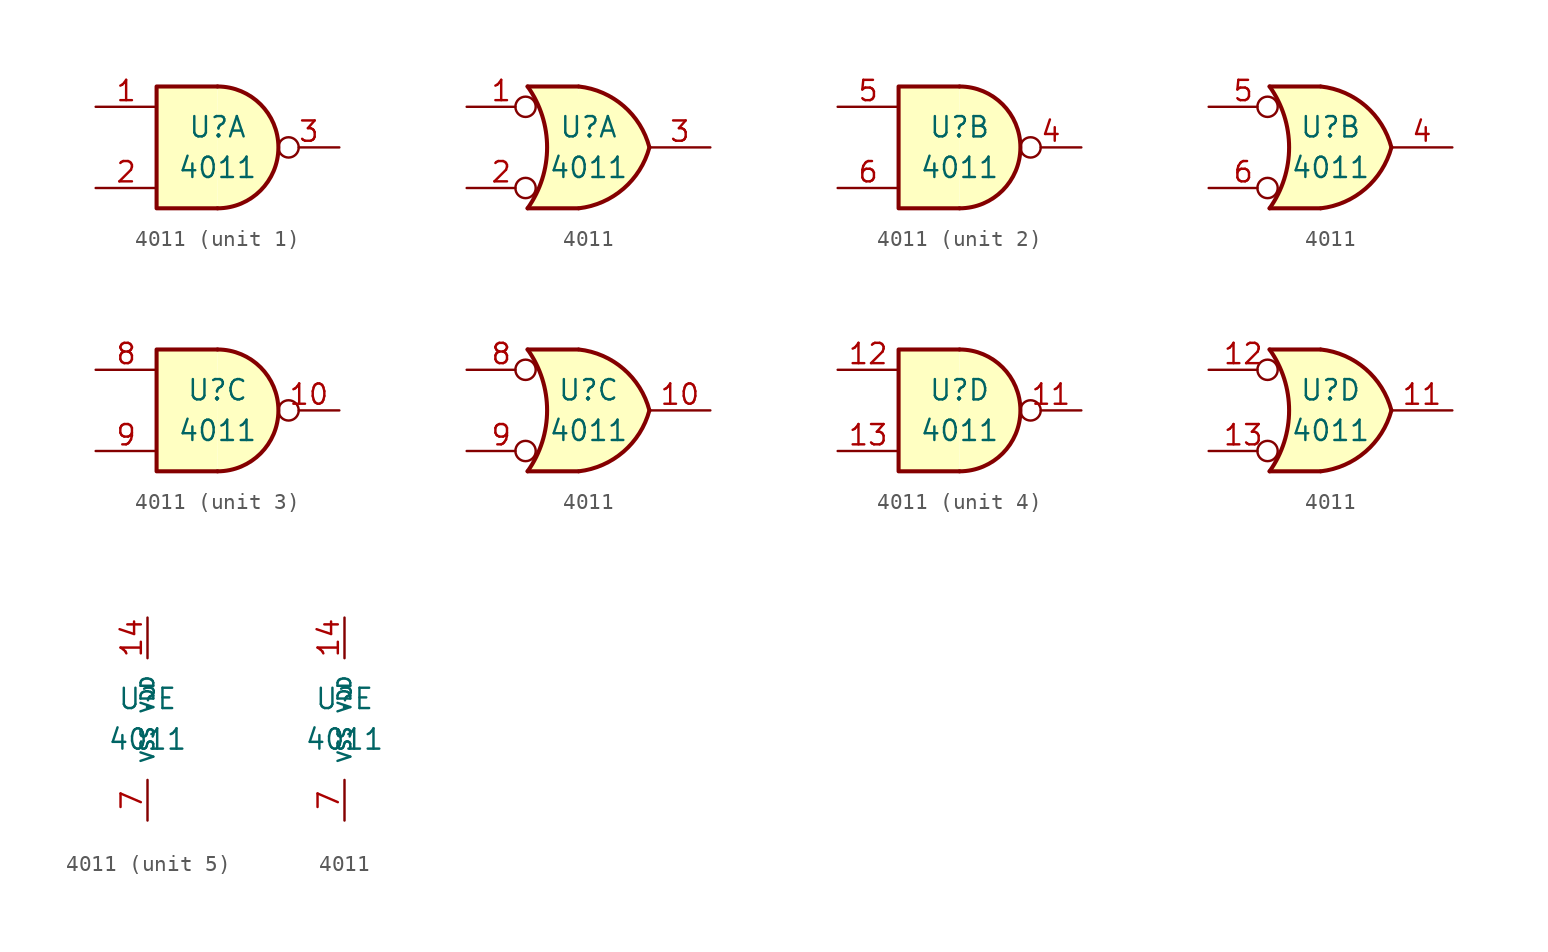
<source format=kicad_sym>
(kicad_symbol_lib
  (version 20211014)
  (generator kicad_symbol_editor)
  (symbol "4011"
    (pin_names
      (offset 1.016))
    (property "Reference" "U"
      (at 0 1.27 0)
      (effects (font (size 1.27 1.27))))
    (property "Value" "4011"
      (at 0 -1.27 0)
      (effects (font (size 1.27 1.27))))
    (property "ki_locked" ""
      (at 0 0 0)
      (effects (font (size 1.27 1.27))))
    (symbol "4011_1_1"
      (arc (start 0 -3.81) (mid 3.81 0) (end 0 3.81) (stroke (width 0.254) (type default) (color 0 0 0 0)) (fill (type background)))
      (polyline (pts (xy 0 3.81) (xy -3.81 3.81) (xy -3.81 -3.81) (xy 0 -3.81)) (stroke (width 0.254) (type default) (color 0 0 0 0)) (fill (type background)))
      (pin input line (at -7.62 2.54 0) (length 3.81) (name "~" (effects (font (size 1.27 1.27)))) (number "1" (effects (font (size 1.27 1.27)))))
      (pin input line (at -7.62 -2.54 0) (length 3.81) (name "~" (effects (font (size 1.27 1.27)))) (number "2" (effects (font (size 1.27 1.27)))))
      (pin output inverted (at 7.62 0 180) (length 3.81) (name "~" (effects (font (size 1.27 1.27)))) (number "3" (effects (font (size 1.27 1.27))))))
    (symbol "4011_1_2"
      (arc (start -3.81 -3.81) (mid -2.589 0) (end -3.81 3.81) (stroke (width 0.254) (type default) (color 0 0 0 0)) (fill (type none)))
      (arc (start -0.6096 -3.81) (mid 2.1842 -2.5851) (end 3.81 0) (stroke (width 0.254) (type default) (color 0 0 0 0)) (fill (type background)))
      (polyline (pts (xy -3.81 -3.81) (xy -0.635 -3.81)) (stroke (width 0.254) (type default) (color 0 0 0 0)) (fill (type background)))
      (polyline (pts (xy -3.81 3.81) (xy -0.635 3.81)) (stroke (width 0.254) (type default) (color 0 0 0 0)) (fill (type background)))
      (polyline (pts (xy -0.635 3.81) (xy -3.81 3.81) (xy -3.81 3.81) (xy -3.556 3.404) (xy -3.023 2.261) (xy -2.692 1.041) (xy -2.616 -0.254) (xy -2.769 -1.499) (xy -3.175 -2.718) (xy -3.81 -3.81) (xy -3.81 -3.81) (xy -0.635 -3.81)) (stroke (width -25.4) (type default) (color 0 0 0 0)) (fill (type background)))
      (arc (start 3.81 0) (mid 2.1915 2.5936) (end -0.6096 3.81) (stroke (width 0.254) (type default) (color 0 0 0 0)) (fill (type background)))
      (pin input inverted (at -7.62 2.54 0) (length 4.318) (name "~" (effects (font (size 1.27 1.27)))) (number "1" (effects (font (size 1.27 1.27)))))
      (pin input inverted (at -7.62 -2.54 0) (length 4.318) (name "~" (effects (font (size 1.27 1.27)))) (number "2" (effects (font (size 1.27 1.27)))))
      (pin output line (at 7.62 0 180) (length 3.81) (name "~" (effects (font (size 1.27 1.27)))) (number "3" (effects (font (size 1.27 1.27))))))
    (symbol "4011_2_1"
      (arc (start 0 -3.81) (mid 3.81 0) (end 0 3.81) (stroke (width 0.254) (type default) (color 0 0 0 0)) (fill (type background)))
      (polyline (pts (xy 0 3.81) (xy -3.81 3.81) (xy -3.81 -3.81) (xy 0 -3.81)) (stroke (width 0.254) (type default) (color 0 0 0 0)) (fill (type background)))
      (pin output inverted (at 7.62 0 180) (length 3.81) (name "~" (effects (font (size 1.27 1.27)))) (number "4" (effects (font (size 1.27 1.27)))))
      (pin input line (at -7.62 2.54 0) (length 3.81) (name "~" (effects (font (size 1.27 1.27)))) (number "5" (effects (font (size 1.27 1.27)))))
      (pin input line (at -7.62 -2.54 0) (length 3.81) (name "~" (effects (font (size 1.27 1.27)))) (number "6" (effects (font (size 1.27 1.27))))))
    (symbol "4011_2_2"
      (arc (start -3.81 -3.81) (mid -2.589 0) (end -3.81 3.81) (stroke (width 0.254) (type default) (color 0 0 0 0)) (fill (type none)))
      (arc (start -0.6096 -3.81) (mid 2.1842 -2.5851) (end 3.81 0) (stroke (width 0.254) (type default) (color 0 0 0 0)) (fill (type background)))
      (polyline (pts (xy -3.81 -3.81) (xy -0.635 -3.81)) (stroke (width 0.254) (type default) (color 0 0 0 0)) (fill (type background)))
      (polyline (pts (xy -3.81 3.81) (xy -0.635 3.81)) (stroke (width 0.254) (type default) (color 0 0 0 0)) (fill (type background)))
      (polyline (pts (xy -0.635 3.81) (xy -3.81 3.81) (xy -3.81 3.81) (xy -3.556 3.404) (xy -3.023 2.261) (xy -2.692 1.041) (xy -2.616 -0.254) (xy -2.769 -1.499) (xy -3.175 -2.718) (xy -3.81 -3.81) (xy -3.81 -3.81) (xy -0.635 -3.81)) (stroke (width -25.4) (type default) (color 0 0 0 0)) (fill (type background)))
      (arc (start 3.81 0) (mid 2.1915 2.5936) (end -0.6096 3.81) (stroke (width 0.254) (type default) (color 0 0 0 0)) (fill (type background)))
      (pin output line (at 7.62 0 180) (length 3.81) (name "~" (effects (font (size 1.27 1.27)))) (number "4" (effects (font (size 1.27 1.27)))))
      (pin input inverted (at -7.62 2.54 0) (length 4.318) (name "~" (effects (font (size 1.27 1.27)))) (number "5" (effects (font (size 1.27 1.27)))))
      (pin input inverted (at -7.62 -2.54 0) (length 4.318) (name "~" (effects (font (size 1.27 1.27)))) (number "6" (effects (font (size 1.27 1.27))))))
    (symbol "4011_3_1"
      (arc (start 0 -3.81) (mid 3.81 0) (end 0 3.81) (stroke (width 0.254) (type default) (color 0 0 0 0)) (fill (type background)))
      (polyline (pts (xy 0 3.81) (xy -3.81 3.81) (xy -3.81 -3.81) (xy 0 -3.81)) (stroke (width 0.254) (type default) (color 0 0 0 0)) (fill (type background)))
      (pin output inverted (at 7.62 0 180) (length 3.81) (name "~" (effects (font (size 1.27 1.27)))) (number "10" (effects (font (size 1.27 1.27)))))
      (pin input line (at -7.62 2.54 0) (length 3.81) (name "~" (effects (font (size 1.27 1.27)))) (number "8" (effects (font (size 1.27 1.27)))))
      (pin input line (at -7.62 -2.54 0) (length 3.81) (name "~" (effects (font (size 1.27 1.27)))) (number "9" (effects (font (size 1.27 1.27))))))
    (symbol "4011_3_2"
      (arc (start -3.81 -3.81) (mid -2.589 0) (end -3.81 3.81) (stroke (width 0.254) (type default) (color 0 0 0 0)) (fill (type none)))
      (arc (start -0.6096 -3.81) (mid 2.1842 -2.5851) (end 3.81 0) (stroke (width 0.254) (type default) (color 0 0 0 0)) (fill (type background)))
      (polyline (pts (xy -3.81 -3.81) (xy -0.635 -3.81)) (stroke (width 0.254) (type default) (color 0 0 0 0)) (fill (type background)))
      (polyline (pts (xy -3.81 3.81) (xy -0.635 3.81)) (stroke (width 0.254) (type default) (color 0 0 0 0)) (fill (type background)))
      (polyline (pts (xy -0.635 3.81) (xy -3.81 3.81) (xy -3.81 3.81) (xy -3.556 3.404) (xy -3.023 2.261) (xy -2.692 1.041) (xy -2.616 -0.254) (xy -2.769 -1.499) (xy -3.175 -2.718) (xy -3.81 -3.81) (xy -3.81 -3.81) (xy -0.635 -3.81)) (stroke (width -25.4) (type default) (color 0 0 0 0)) (fill (type background)))
      (arc (start 3.81 0) (mid 2.1915 2.5936) (end -0.6096 3.81) (stroke (width 0.254) (type default) (color 0 0 0 0)) (fill (type background)))
      (pin output line (at 7.62 0 180) (length 3.81) (name "~" (effects (font (size 1.27 1.27)))) (number "10" (effects (font (size 1.27 1.27)))))
      (pin input inverted (at -7.62 2.54 0) (length 4.318) (name "~" (effects (font (size 1.27 1.27)))) (number "8" (effects (font (size 1.27 1.27)))))
      (pin input inverted (at -7.62 -2.54 0) (length 4.318) (name "~" (effects (font (size 1.27 1.27)))) (number "9" (effects (font (size 1.27 1.27))))))
    (symbol "4011_4_1"
      (arc (start 0 -3.81) (mid 3.81 0) (end 0 3.81) (stroke (width 0.254) (type default) (color 0 0 0 0)) (fill (type background)))
      (polyline (pts (xy 0 3.81) (xy -3.81 3.81) (xy -3.81 -3.81) (xy 0 -3.81)) (stroke (width 0.254) (type default) (color 0 0 0 0)) (fill (type background)))
      (pin output inverted (at 7.62 0 180) (length 3.81) (name "~" (effects (font (size 1.27 1.27)))) (number "11" (effects (font (size 1.27 1.27)))))
      (pin input line (at -7.62 2.54 0) (length 3.81) (name "~" (effects (font (size 1.27 1.27)))) (number "12" (effects (font (size 1.27 1.27)))))
      (pin input line (at -7.62 -2.54 0) (length 3.81) (name "~" (effects (font (size 1.27 1.27)))) (number "13" (effects (font (size 1.27 1.27))))))
    (symbol "4011_4_2"
      (arc (start -3.81 -3.81) (mid -2.589 0) (end -3.81 3.81) (stroke (width 0.254) (type default) (color 0 0 0 0)) (fill (type none)))
      (arc (start -0.6096 -3.81) (mid 2.1842 -2.5851) (end 3.81 0) (stroke (width 0.254) (type default) (color 0 0 0 0)) (fill (type background)))
      (polyline (pts (xy -3.81 -3.81) (xy -0.635 -3.81)) (stroke (width 0.254) (type default) (color 0 0 0 0)) (fill (type background)))
      (polyline (pts (xy -3.81 3.81) (xy -0.635 3.81)) (stroke (width 0.254) (type default) (color 0 0 0 0)) (fill (type background)))
      (polyline (pts (xy -0.635 3.81) (xy -3.81 3.81) (xy -3.81 3.81) (xy -3.556 3.404) (xy -3.023 2.261) (xy -2.692 1.041) (xy -2.616 -0.254) (xy -2.769 -1.499) (xy -3.175 -2.718) (xy -3.81 -3.81) (xy -3.81 -3.81) (xy -0.635 -3.81)) (stroke (width -25.4) (type default) (color 0 0 0 0)) (fill (type background)))
      (arc (start 3.81 0) (mid 2.1915 2.5936) (end -0.6096 3.81) (stroke (width 0.254) (type default) (color 0 0 0 0)) (fill (type background)))
      (pin output line (at 7.62 0 180) (length 3.81) (name "~" (effects (font (size 1.27 1.27)))) (number "11" (effects (font (size 1.27 1.27)))))
      (pin input inverted (at -7.62 2.54 0) (length 4.318) (name "~" (effects (font (size 1.27 1.27)))) (number "12" (effects (font (size 1.27 1.27)))))
      (pin input inverted (at -7.62 -2.54 0) (length 4.318) (name "~" (effects (font (size 1.27 1.27)))) (number "13" (effects (font (size 1.27 1.27))))))
    (symbol "4011_5_0"
      (pin power_in line (at 0 6.35 270) (length 2.54) (name "VDD" (effects (font (size 0.8 0.8)))) (number "14" (effects (font (size 1.27 1.27)))))
      (pin power_in line (at 0 -6.35 90) (length 2.54) (name "VSS" (effects (font (size 0.8 0.8)))) (number "7" (effects (font (size 1.27 1.27))))))))
</source>
